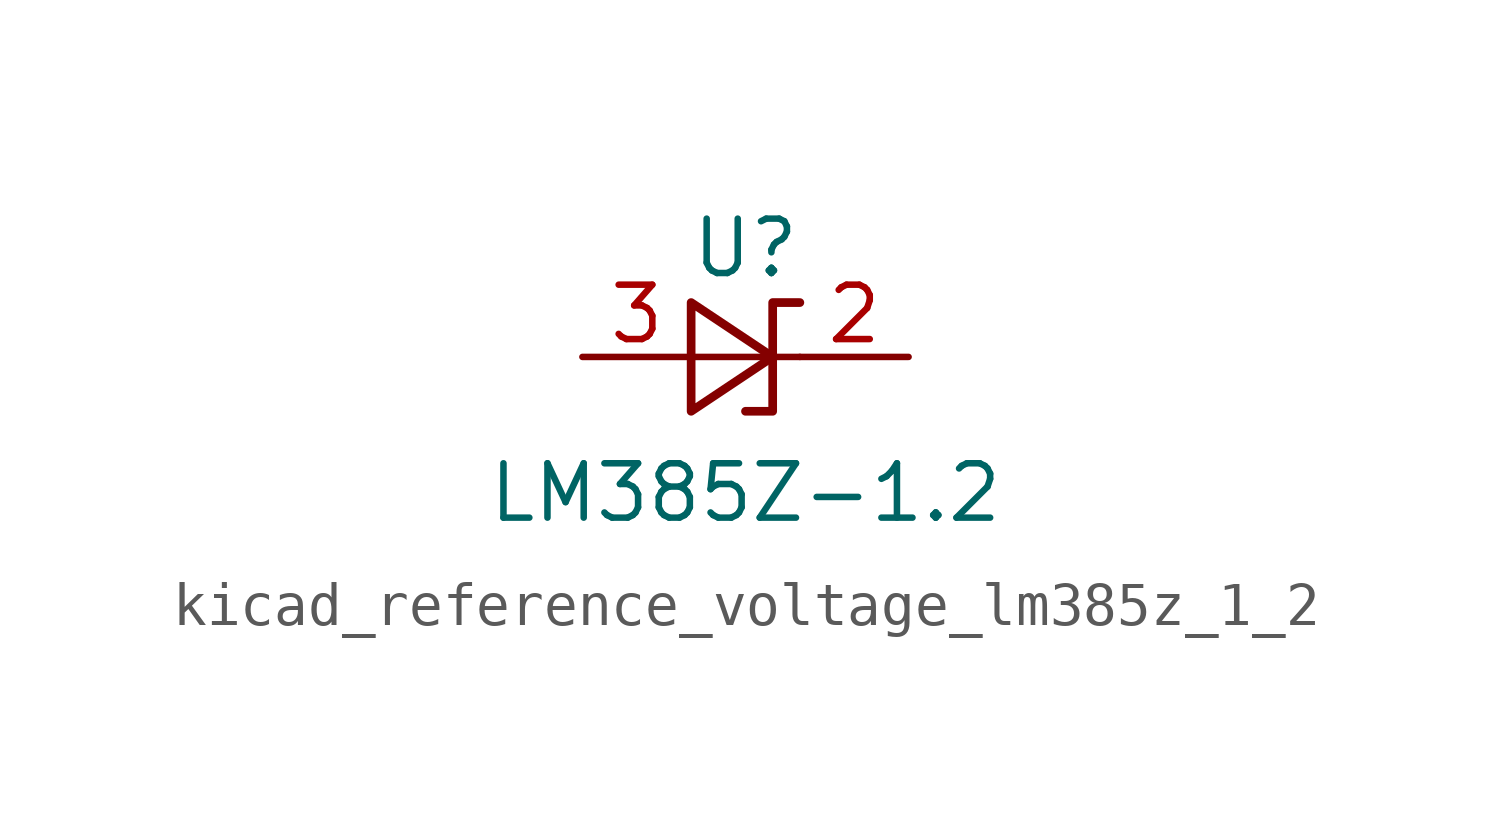
<source format=kicad_sym>
(kicad_symbol_lib
  (version 20220914)
  (generator kicad_symbol_editor)
  (symbol "kicad_reference_voltage_lm385z_1_2"
    (pin_names
      (offset 0.025) hide)
    (property "Reference" "U"
      (at 0 2.54 0)
      (effects (font (size 1.27 1.27))))
    (property "Value" "LM385Z-1.2"
      (at 0 -3.175 0)
      (effects (font (size 1.27 1.27))))
    (symbol "kicad_reference_voltage_lm385z_1_2_0_1"
      (polyline (pts (xy -1.27 0) (xy 0 0) (xy 1.27 0)) (stroke (width 0) (type default)) (fill (type none)))
      (polyline (pts (xy -1.27 -1.27) (xy 0.635 0) (xy -1.27 1.27) (xy -1.27 -1.27)) (stroke (width 0.203) (type default)) (fill (type none)))
      (polyline (pts (xy 0 -1.27) (xy 0.635 -1.27) (xy 0.635 1.27) (xy 1.27 1.27)) (stroke (width 0.203) (type default)) (fill (type none))))
    (symbol "kicad_reference_voltage_lm385z_1_2_1_1"
      (pin passive line (at 3.81 0 180) (length 2.54) (name "K" (effects (font (size 1.27 1.27)))) (number "2" (effects (font (size 1.27 1.27)))))
      (pin passive line (at -3.81 0 0) (length 2.54) (name "A" (effects (font (size 1.27 1.27)))) (number "3" (effects (font (size 1.27 1.27))))))))
</source>
